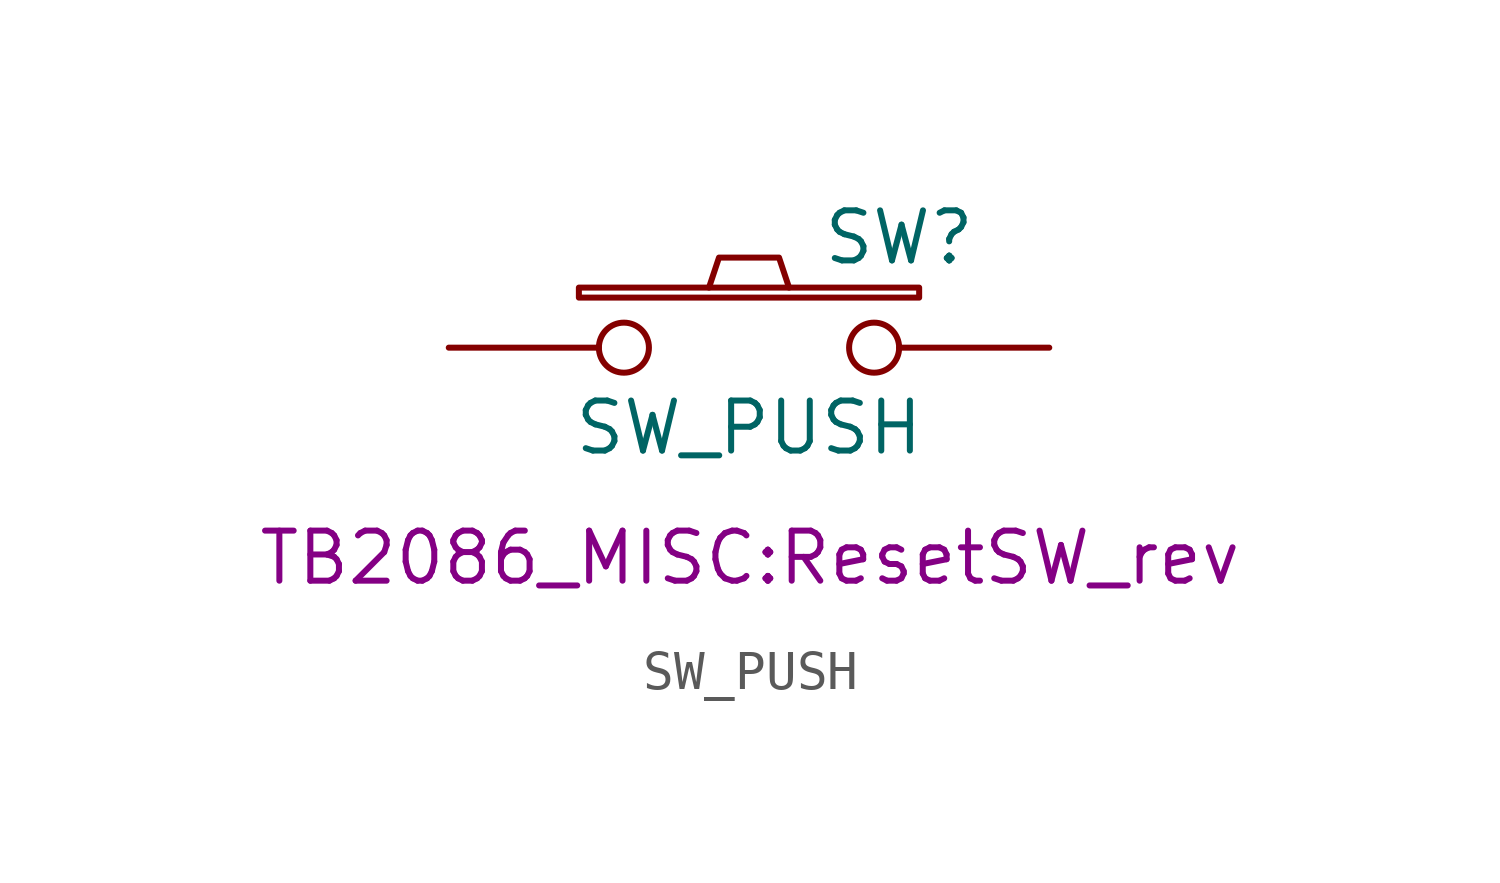
<source format=kicad_sym>
(kicad_symbol_lib
  (version 20220914)
  (generator kicad_symbol_editor)
  (symbol "SW_PUSH"
    (pin_numbers hide)
    (pin_names
      (offset 1.016) hide)
    (property "Reference" "SW"
      (at 3.81 2.794 0)
      (effects (font (size 1.27 1.27))))
    (property "Value" "SW_PUSH"
      (at 0 -2.032 0)
      (effects (font (size 1.27 1.27))))
    (property "Footprint" "TB2086_MISC:ResetSW_rev"
      (at 0.025 -5.334 0)
      (effects (font (size 1.27 1.27))))
    (property "Datasheet" ""
      (at 0 0 0)
      (effects (font (size 1.27 1.27))))
    (symbol "SW_PUSH_0_1"
      (rectangle (start -4.318 1.27) (end 4.318 1.524) (stroke (width 0) (type solid)) (fill (type none)))
      (polyline (pts (xy -1.016 1.524) (xy -0.762 2.286) (xy 0.762 2.286) (xy 1.016 1.524)) (stroke (width 0) (type solid)) (fill (type none)))
      (pin passive inverted (at -7.62 0 0) (length 5.08) (name "1" (effects (font (size 1.27 1.27)))) (number "1" (effects (font (size 1.27 1.27)))))
      (pin passive inverted (at 7.62 0 180) (length 5.08) (name "2" (effects (font (size 1.27 1.27)))) (number "2" (effects (font (size 1.27 1.27))))))))
</source>
